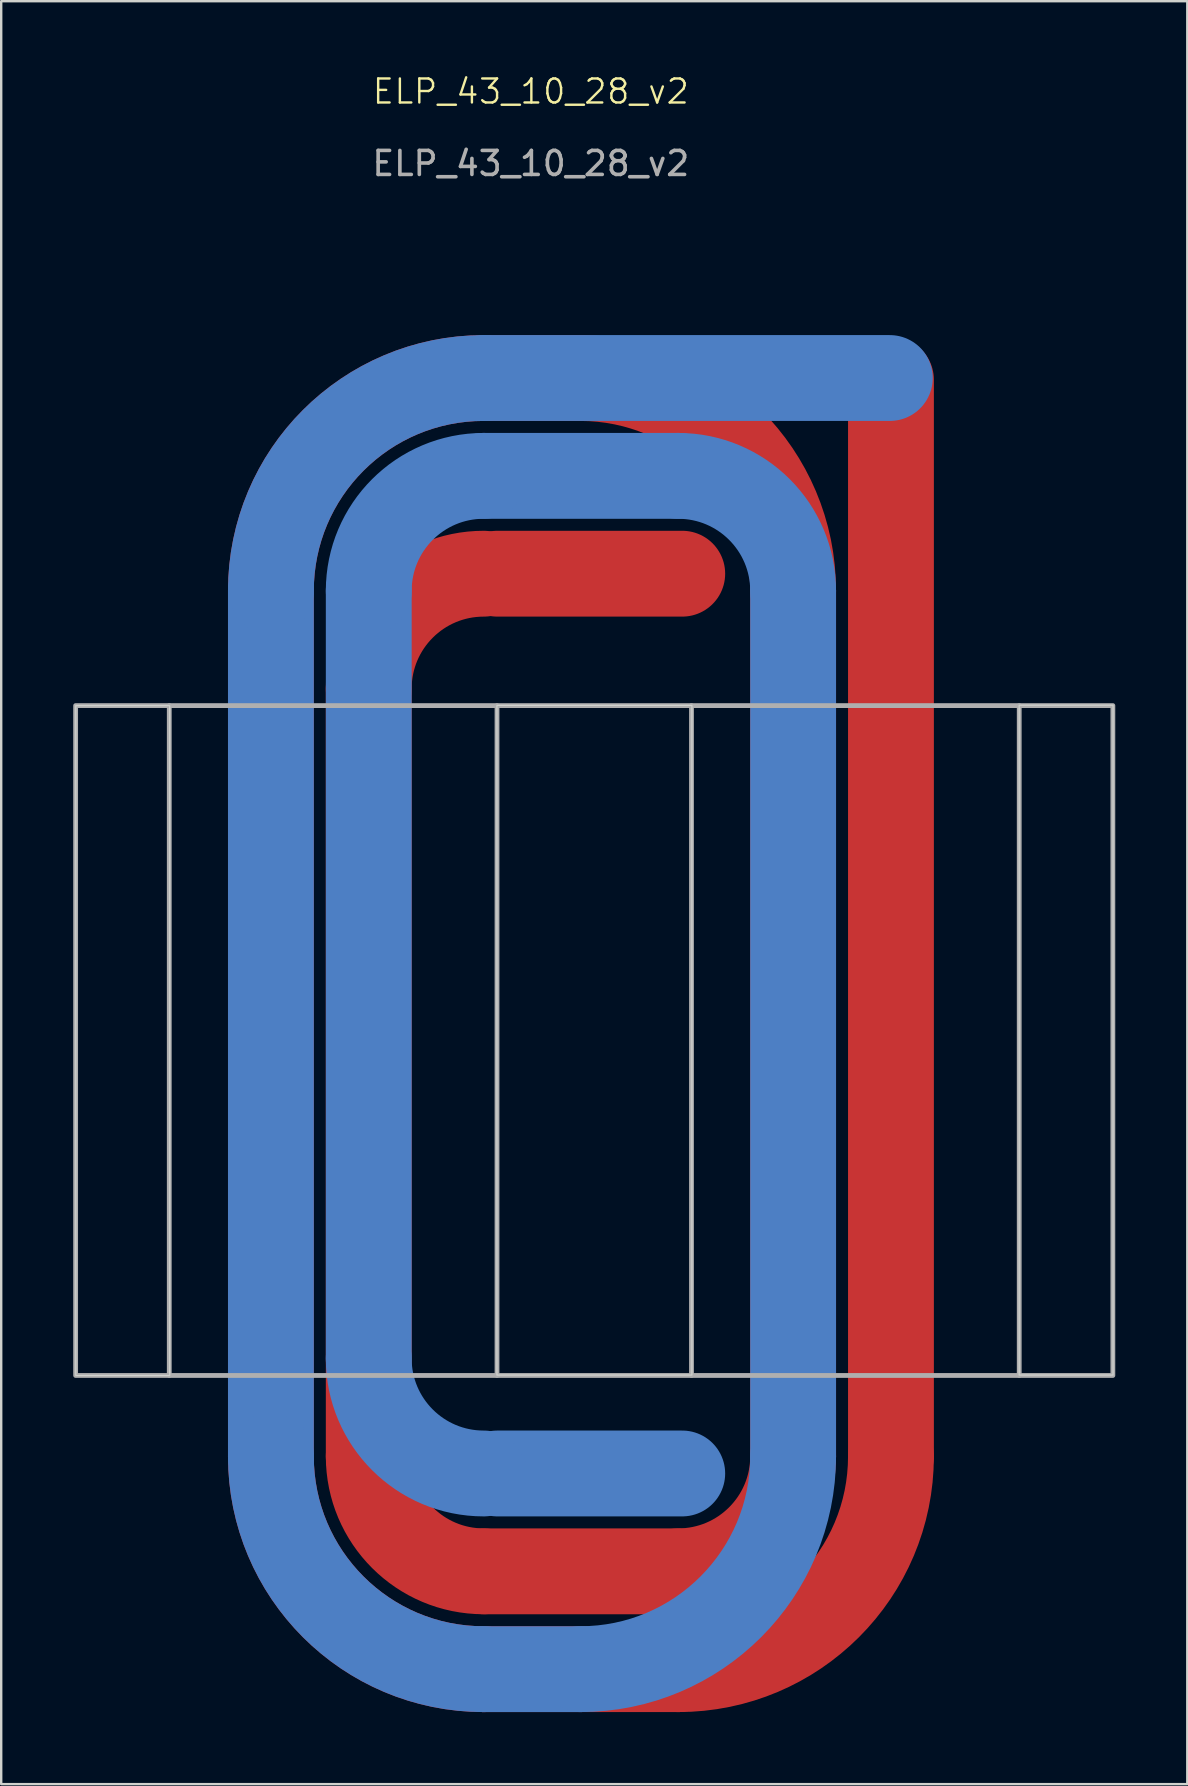
<source format=kicad_pcb>
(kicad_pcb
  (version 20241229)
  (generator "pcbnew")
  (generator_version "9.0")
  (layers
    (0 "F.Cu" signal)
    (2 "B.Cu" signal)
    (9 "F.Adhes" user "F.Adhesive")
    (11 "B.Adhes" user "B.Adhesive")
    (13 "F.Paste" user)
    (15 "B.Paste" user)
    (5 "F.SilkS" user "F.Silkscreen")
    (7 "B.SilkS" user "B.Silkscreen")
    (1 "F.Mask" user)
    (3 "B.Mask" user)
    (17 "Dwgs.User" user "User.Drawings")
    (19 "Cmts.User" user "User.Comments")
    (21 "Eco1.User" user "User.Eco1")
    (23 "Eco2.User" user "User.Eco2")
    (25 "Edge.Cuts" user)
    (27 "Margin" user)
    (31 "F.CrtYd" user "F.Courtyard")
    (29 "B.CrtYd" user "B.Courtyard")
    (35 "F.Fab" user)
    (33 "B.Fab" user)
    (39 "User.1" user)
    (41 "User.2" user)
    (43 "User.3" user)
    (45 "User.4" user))
  (footprint "ELP_43_10_28_v2"
    (layer "F.Cu")
    (at 19.057 1.26)
    (property "Reference" "ELP_43_10_28_v2" (at 0 -0.5 0) (unlocked yes) (layer "F.SilkS") (effects (font (size 1 1) (thickness 0.1))))
    (fp_line (start -10.824 56.347) (end -10.824 20.297) (stroke (width 3.575) (type default)) (layer "F.Cu"))
    (fp_line (start -6.749 56.347) (end -6.749 24.372) (stroke (width 3.575) (type solid)) (layer "F.Cu"))
    (fp_line (start -1.962 11.434) (end 2.063 11.434) (stroke (width 3.575) (type default)) (layer "F.Cu"))
    (fp_line (start 6.138 61.134) (end -1.962 61.134) (stroke (width 3.575) (type default)) (layer "F.Cu"))
    (fp_line (start 6.138 65.209) (end -1.962 65.209) (stroke (width 3.575) (type default)) (layer "F.Cu"))
    (fp_line (start 6.308 19.584) (end -1.392 19.584) (stroke (width 3.575) (type solid)) (layer "F.Cu"))
    (fp_line (start 10.926 20.297) (end 10.926 56.347) (stroke (width 3.575) (type default)) (layer "F.Cu"))
    (fp_line (start 15.001 11.507) (end 15.001 56.347) (stroke (width 3.575) (type solid)) (layer "F.Cu"))
    (fp_arc (start -10.824234 20.296734) (mid -8.228468 14.03) (end -1.961734 11.434234) (stroke (width 3.575) (type solid)) (layer "F.Cu"))
    (fp_arc (start -6.749234 24.371734) (mid -5.347008 20.98646) (end -1.961734 19.584234) (stroke (width 3.575) (type solid)) (layer "F.Cu"))
    (fp_arc (start -1.961734 61.134234) (mid -5.347008 59.732008) (end -6.749234 56.346734) (stroke (width 3.575) (type solid)) (layer "F.Cu"))
    (fp_arc (start -1.961734 65.209234) (mid -8.228468 62.613468) (end -10.824234 56.346734) (stroke (width 3.575) (type solid)) (layer "F.Cu"))
    (fp_arc (start 2.063266 11.434234) (mid 8.33 14.03) (end 10.925766 20.296734) (stroke (width 3.575) (type solid)) (layer "F.Cu"))
    (fp_arc (start 10.925766 56.346734) (mid 9.52354 59.732008) (end 6.138266 61.134234) (stroke (width 3.575) (type solid)) (layer "F.Cu"))
    (fp_arc (start 15.000766 56.346734) (mid 12.405 62.613468) (end 6.138266 65.209234) (stroke (width 3.575) (type solid)) (layer "F.Cu"))
    (fp_line (start -10.824 20.297) (end -10.824 56.347) (stroke (width 3.575) (type default)) (layer "B.Cu"))
    (fp_line (start -6.749 20.297) (end -6.749 52.272) (stroke (width 3.575) (type solid)) (layer "B.Cu"))
    (fp_line (start -1.962 65.209) (end 2.063 65.209) (stroke (width 3.575) (type default)) (layer "B.Cu"))
    (fp_line (start 6.138 15.509) (end -1.962 15.509) (stroke (width 3.575) (type default)) (layer "B.Cu"))
    (fp_line (start 6.308 57.059) (end -1.392 57.059) (stroke (width 3.575) (type solid)) (layer "B.Cu"))
    (fp_line (start 10.926 56.347) (end 10.926 20.297) (stroke (width 3.575) (type default)) (layer "B.Cu"))
    (fp_line (start 14.953 11.434) (end -1.962 11.434) (stroke (width 3.575) (type default)) (layer "B.Cu"))
    (fp_arc (start -10.824234 20.296734) (mid -8.228468 14.03) (end -1.961734 11.434234) (stroke (width 3.575) (type solid)) (layer "B.Cu"))
    (fp_arc (start -6.749234 20.296734) (mid -5.347008 16.91146) (end -1.961734 15.509234) (stroke (width 3.575) (type solid)) (layer "B.Cu"))
    (fp_arc (start -1.961734 57.059234) (mid -5.347008 55.657008) (end -6.749234 52.271734) (stroke (width 3.575) (type solid)) (layer "B.Cu"))
    (fp_arc (start -1.961734 65.209234) (mid -8.228468 62.613468) (end -10.824234 56.346734) (stroke (width 3.575) (type solid)) (layer "B.Cu"))
    (fp_arc (start 6.138266 15.509234) (mid 9.52354 16.91146) (end 10.925766 20.296734) (stroke (width 3.575) (type solid)) (layer "B.Cu"))
    (fp_arc (start 10.925766 56.346734) (mid 8.33 62.613468) (end 2.063266 65.209234) (stroke (width 3.575) (type solid)) (layer "B.Cu"))
    (fp_line (start -10.824 21.15) (end -10.824 56.347) (stroke (width 3.575) (type default)) (layer "In1.Cu"))
    (fp_line (start -6.749 20.297) (end -6.749 56.347) (stroke (width 3.575) (type default)) (layer "In1.Cu"))
    (fp_line (start -2.132 19.584) (end 5.568 19.584) (stroke (width 3.575) (type solid)) (layer "In1.Cu"))
    (fp_line (start -1.962 61.134) (end 6.138 61.134) (stroke (width 3.575) (type default)) (layer "In1.Cu"))
    (fp_line (start -1.962 65.209) (end 6.138 65.209) (stroke (width 3.575) (type default)) (layer "In1.Cu"))
    (fp_line (start 6.138 11.434) (end 2.113 11.434) (stroke (width 3.575) (type default)) (layer "In1.Cu"))
    (fp_line (start 10.926 56.347) (end 10.926 24.372) (stroke (width 3.575) (type default)) (layer "In1.Cu"))
    (fp_line (start 15.001 56.347) (end 15.001 20.297) (stroke (width 3.575) (type default)) (layer "In1.Cu"))
    (fp_arc (start -6.749234 20.296734) (mid -4.153468 14.03) (end 2.113266 11.434234) (stroke (width 3.575) (type solid)) (layer "In1.Cu"))
    (fp_arc (start -1.961734 61.134234) (mid -5.347008 59.732008) (end -6.749234 56.346734) (stroke (width 3.575) (type solid)) (layer "In1.Cu"))
    (fp_arc (start -1.961734 65.209234) (mid -8.228468 62.613468) (end -10.824234 56.346734) (stroke (width 3.575) (type solid)) (layer "In1.Cu"))
    (fp_arc (start 6.138266 11.434234) (mid 12.405 14.03) (end 15.000766 20.296734) (stroke (width 3.575) (type solid)) (layer "In1.Cu"))
    (fp_arc (start 6.138266 19.584234) (mid 9.52354 20.98646) (end 10.925766 24.371734) (stroke (width 3.575) (type solid)) (layer "In1.Cu"))
    (fp_arc (start 10.925766 56.346734) (mid 9.52354 59.732008) (end 6.138266 61.134234) (stroke (width 3.575) (type solid)) (layer "In1.Cu"))
    (fp_arc (start 15.000766 56.346734) (mid 12.405 62.613468) (end 6.138266 65.209234) (stroke (width 3.575) (type solid)) (layer "In1.Cu"))
    (fp_line (start -6.749 56.347) (end -6.749 20.297) (stroke (width 3.575) (type default)) (layer "In2.Cu"))
    (fp_line (start -2.132 57.059) (end 5.568 57.059) (stroke (width 3.575) (type solid)) (layer "In2.Cu"))
    (fp_line (start -1.962 15.509) (end 6.138 15.509) (stroke (width 3.575) (type default)) (layer "In2.Cu"))
    (fp_line (start 6.138 65.209) (end 2.113 65.209) (stroke (width 3.575) (type default)) (layer "In2.Cu"))
    (fp_line (start 10.926 20.297) (end 10.926 52.272) (stroke (width 3.575) (type default)) (layer "In2.Cu"))
    (fp_line (start 15.032 20.297) (end 15.001 56.347) (stroke (width 3.575) (type default)) (layer "In2.Cu"))
    (fp_arc (start -6.749234 20.296734) (mid -5.347008 16.91146) (end -1.961734 15.509234) (stroke (width 3.575) (type solid)) (layer "In2.Cu"))
    (fp_arc (start 2.113266 65.209234) (mid -4.153468 62.613468) (end -6.749234 56.346734) (stroke (width 3.575) (type solid)) (layer "In2.Cu"))
    (fp_arc (start 6.138266 15.509234) (mid 9.52354 16.91146) (end 10.925766 20.296734) (stroke (width 3.575) (type solid)) (layer "In2.Cu"))
    (fp_arc (start 10.925766 52.271734) (mid 9.52354 55.657008) (end 6.138266 57.059234) (stroke (width 3.575) (type solid)) (layer "In2.Cu"))
    (fp_arc (start 15.000766 56.346734) (mid 12.405 62.613468) (end 6.138266 65.209234) (stroke (width 3.575) (type solid)) (layer "In2.Cu"))
    (fp_rect (start -18.95 25.08) (end -15.04 52.98) (stroke (width 0.05) (type default)) (fill no) (layer "Edge.Cuts"))
    (fp_rect (start -1.41 25.07) (end 6.71 52.96) (stroke (width 0.05) (type default)) (fill no) (layer "Edge.Cuts"))
    (fp_rect (start 20.34 25.06) (end 24.25 52.96) (stroke (width 0.05) (type default)) (fill no) (layer "Edge.Cuts"))
    (fp_line (start -15.057 25.077) (end -15.057 52.977) (stroke (width 0.2) (type default)) (layer "F.Fab"))
    (fp_line (start -1.407 25.077) (end -1.407 52.977) (stroke (width 0.2) (type default)) (layer "F.Fab"))
    (fp_line (start 6.693 25.077) (end 6.693 52.977) (stroke (width 0.2) (type default)) (layer "F.Fab"))
    (fp_line (start 20.343 25.077) (end 20.343 52.977) (stroke (width 0.2) (type default)) (layer "F.Fab"))
    (fp_rect (start -18.957 25.077) (end 24.243 52.977) (stroke (width 0.2) (type solid)) (fill no) (layer "F.Fab"))
    (fp_arc (start 6.138266 9.141659) (mid 13.958879 12.337867) (end 16.793341 20.296734) (stroke (width 0.2) (type default)) (layer "User.1"))
    (fp_text user "${REFERENCE}" (at 0 2.5 0) (unlocked yes) (layer "F.Fab") (effects (font (size 1 1) (thickness 0.15)))))
  (gr_rect
    (start -3 -3)
    (end 46.4 71.257)
    (stroke (width 0.1) (type default))
    (fill no)
    (layer "Edge.Cuts")))
</source>
